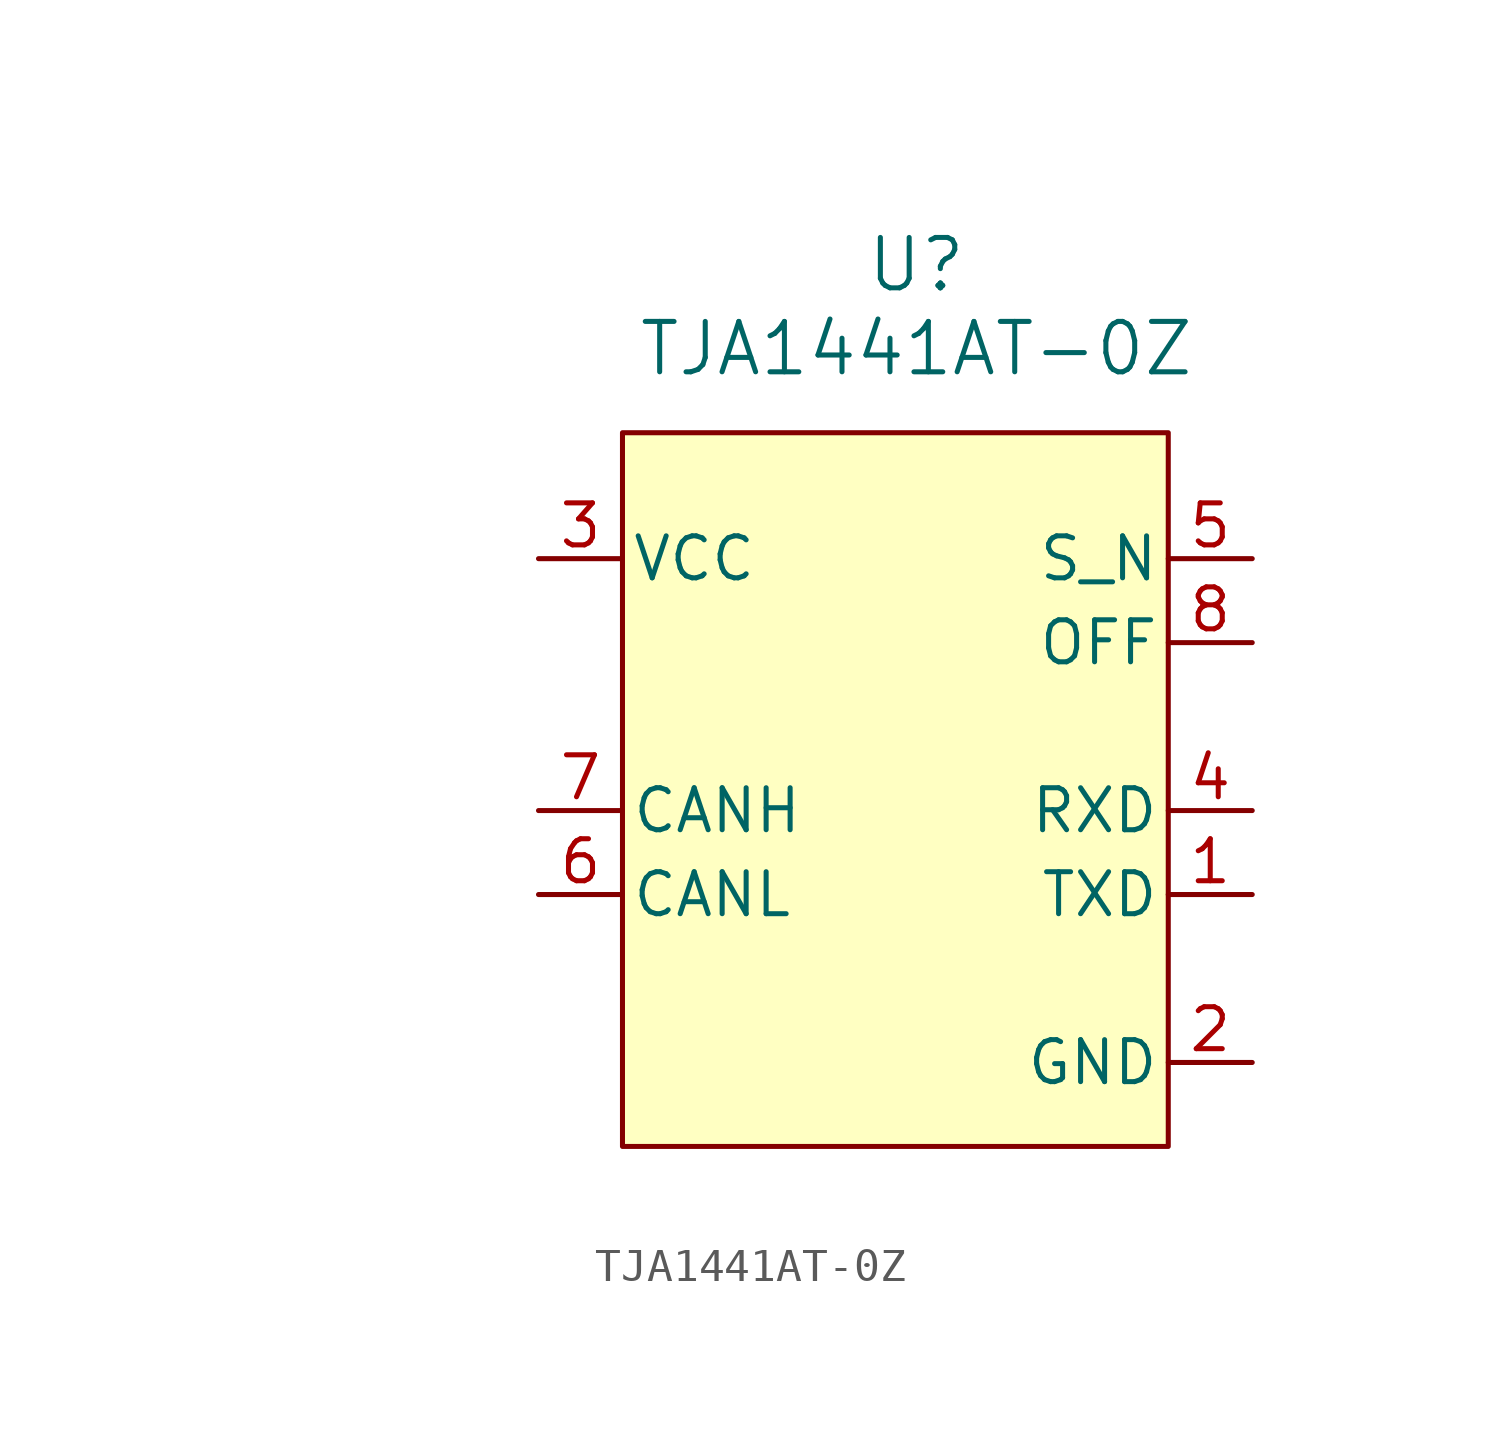
<source format=kicad_sym>
(kicad_symbol_lib
  (version 20211014)
  (generator kicad_symbol_editor)
  (symbol "TJA1441AT-0Z"
    (pin_names
      (offset 0.254))
    (property "Reference" "U"
      (at 20.32 10.16 0)
      (effects (font (size 1.524 1.524))))
    (property "Value" "TJA1441AT-0Z"
      (at 20.32 7.62 0)
      (effects (font (size 1.524 1.524))))
    (property "Datasheet" ""
      (at 0 0 0)
      (effects (font (size 1.524 1.524))))
    (property "ki_locked" ""
      (at 0 0 0)
      (effects (font (size 1.27 1.27))))
    (symbol "TJA1441AT-0Z_1_1"
      (rectangle (start 11.43 5.08) (end 27.94 -16.51) (stroke (width 0) (type default) (color 0 0 0 0)) (fill (type background)))
      (pin input line (at 30.48 -8.89 180) (length 2.54) (name "TXD" (effects (font (size 1.27 1.27)))) (number "1" (effects (font (size 1.27 1.27)))))
      (pin input line (at 30.48 -13.97 180) (length 2.54) (name "GND" (effects (font (size 1.27 1.27)))) (number "2" (effects (font (size 1.27 1.27)))))
      (pin input line (at 8.89 1.27 0) (length 2.54) (name "VCC" (effects (font (size 1.27 1.27)))) (number "3" (effects (font (size 1.27 1.27)))))
      (pin input line (at 30.48 -6.35 180) (length 2.54) (name "RXD" (effects (font (size 1.27 1.27)))) (number "4" (effects (font (size 1.27 1.27)))))
      (pin input line (at 30.48 1.27 180) (length 2.54) (name "S_N" (effects (font (size 1.27 1.27)))) (number "5" (effects (font (size 1.27 1.27)))))
      (pin input line (at 8.89 -8.89 0) (length 2.54) (name "CANL" (effects (font (size 1.27 1.27)))) (number "6" (effects (font (size 1.27 1.27)))))
      (pin input line (at 8.89 -6.35 0) (length 2.54) (name "CANH" (effects (font (size 1.27 1.27)))) (number "7" (effects (font (size 1.27 1.27)))))
      (pin input line (at 30.48 -1.27 180) (length 2.54) (name "OFF" (effects (font (size 1.27 1.27)))) (number "8" (effects (font (size 1.27 1.27))))))))
</source>
